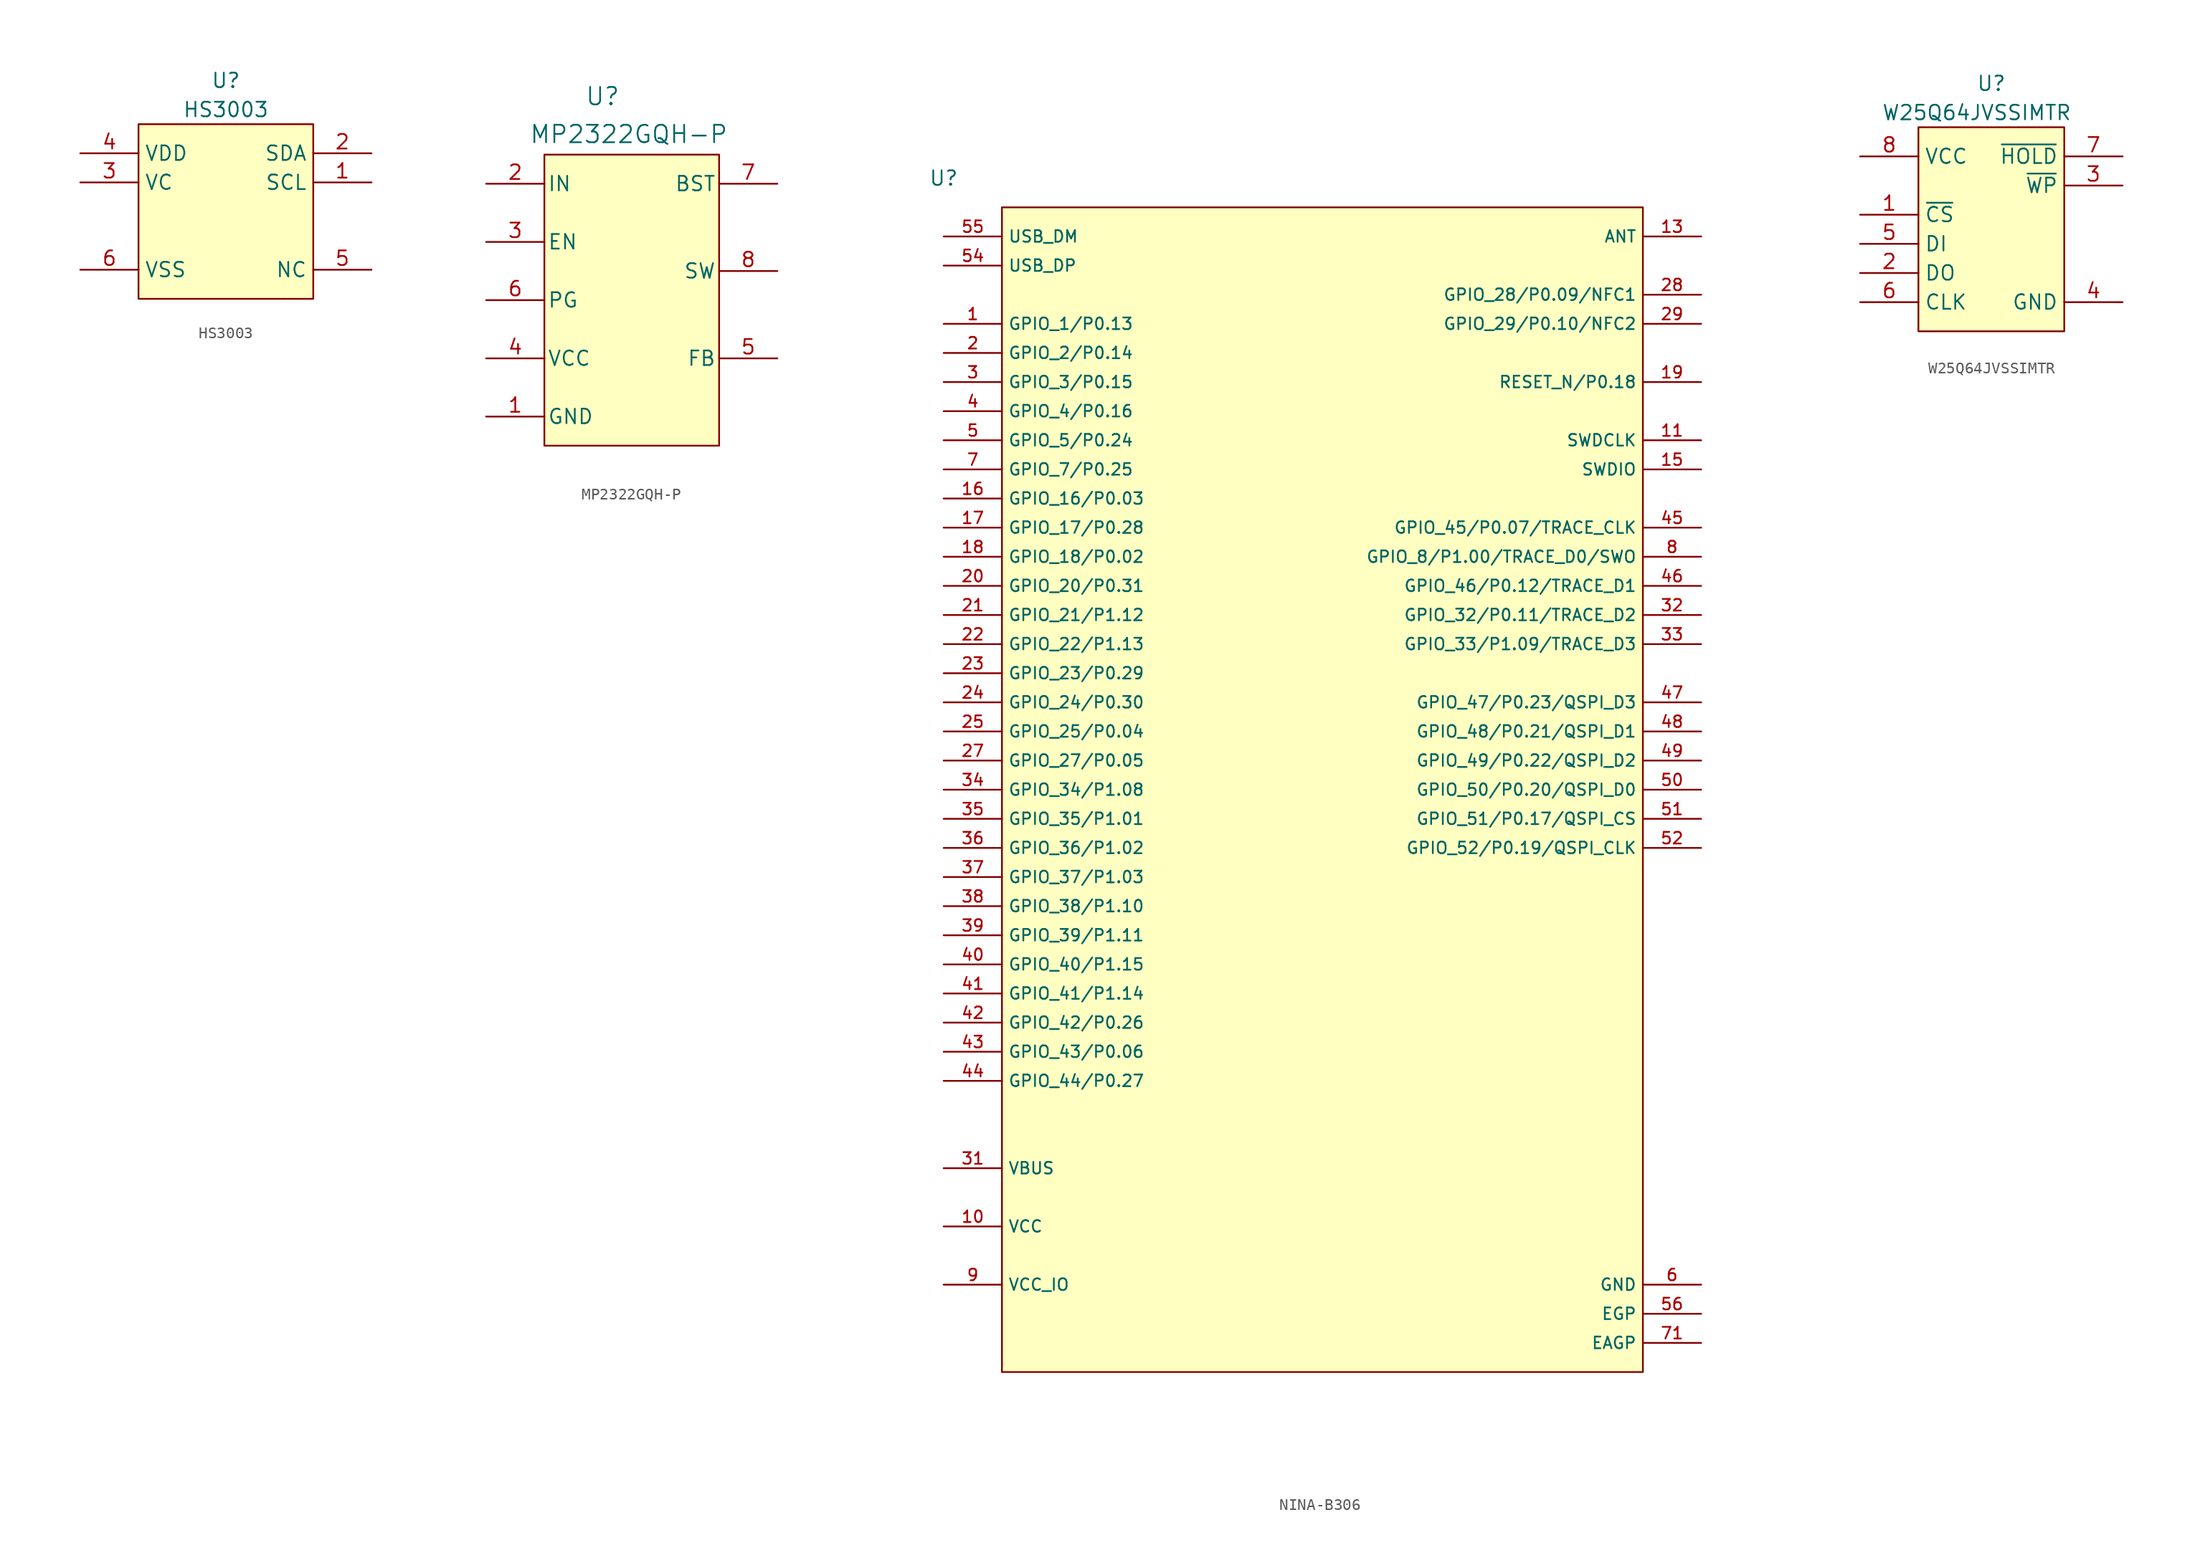
<source format=kicad_sym>
(kicad_symbol_lib
  (version 20241209)
  (generator "kicad_symbol_editor")
  (generator_version "9.0")
  (symbol "HS3003"
    (property "Reference" "U"
      (at 0 6.35 0)
      (effects (font (size 1.27 1.27))))
    (property "Value" "HS3003"
      (at 0 3.81 0)
      (effects (font (size 1.27 1.27))))
    (symbol "HS3003_0_1"
      (rectangle (start 5.08 -12.7) (end 5.08 -12.7) (stroke (width 0) (type default)) (fill (type none))))
    (symbol "HS3003_1_1"
      (rectangle (start -7.62 2.54) (end 7.62 -12.7) (stroke (width 0) (type solid)) (fill (type color) (color 255 255 194 1)))
      (pin passive line (at -12.7 0 0) (length 5.08) (name "VDD" (effects (font (size 1.27 1.27)))) (number "4" (effects (font (size 1.27 1.27)))))
      (pin passive line (at -12.7 -2.54 0) (length 5.08) (name "VC" (effects (font (size 1.27 1.27)))) (number "3" (effects (font (size 1.27 1.27)))))
      (pin passive line (at -12.7 -10.16 0) (length 5.08) (name "VSS" (effects (font (size 1.27 1.27)))) (number "6" (effects (font (size 1.27 1.27)))))
      (pin passive line (at 12.7 0 180) (length 5.08) (name "SDA" (effects (font (size 1.27 1.27)))) (number "2" (effects (font (size 1.27 1.27)))))
      (pin passive line (at 12.7 -2.54 180) (length 5.08) (name "SCL" (effects (font (size 1.27 1.27)))) (number "1" (effects (font (size 1.27 1.27)))))
      (pin passive line (at 12.7 -10.16 180) (length 5.08) (name "NC" (effects (font (size 1.27 1.27)))) (number "5" (effects (font (size 1.27 1.27)))))))
  (symbol "MP2322GQH-P"
    (pin_names
      (offset 0.254))
    (property "Reference" "U"
      (at 2.54 10.16 0)
      (effects (font (size 1.524 1.524))))
    (property "Value" "MP2322GQH-P"
      (at 4.826 6.858 0)
      (effects (font (size 1.524 1.524))))
    (property "ki_locked" ""
      (at 0 0 0)
      (effects (font (size 1.27 1.27))))
    (symbol "MP2322GQH-P_0_0"
      (rectangle (start -2.54 5.08) (end 12.7 -20.32) (stroke (width 0.152) (type default)) (fill (type background))))
    (symbol "MP2322GQH-P_1_1"
      (pin passive line (at -7.62 2.54 0) (length 5.08) (name "IN" (effects (font (size 1.27 1.27)))) (number "2" (effects (font (size 1.27 1.27)))))
      (pin passive line (at -7.62 -2.54 0) (length 5.08) (name "EN" (effects (font (size 1.27 1.27)))) (number "3" (effects (font (size 1.27 1.27)))))
      (pin passive line (at -7.62 -7.62 0) (length 5.08) (name "PG" (effects (font (size 1.27 1.27)))) (number "6" (effects (font (size 1.27 1.27)))))
      (pin passive line (at -7.62 -12.7 0) (length 5.08) (name "VCC" (effects (font (size 1.27 1.27)))) (number "4" (effects (font (size 1.27 1.27)))))
      (pin passive line (at -7.62 -17.78 0) (length 5.08) (name "GND" (effects (font (size 1.27 1.27)))) (number "1" (effects (font (size 1.27 1.27)))))
      (pin passive line (at 17.78 2.54 180) (length 5.08) (name "BST" (effects (font (size 1.27 1.27)))) (number "7" (effects (font (size 1.27 1.27)))))
      (pin passive line (at 17.78 -5.08 180) (length 5.08) (name "SW" (effects (font (size 1.27 1.27)))) (number "8" (effects (font (size 1.27 1.27)))))
      (pin passive line (at 17.78 -12.7 180) (length 5.08) (name "FB" (effects (font (size 1.27 1.27)))) (number "5" (effects (font (size 1.27 1.27)))))))
  (symbol "NINA-B306"
    (property "Reference" "U"
      (at -17.78 0 0)
      (effects (font (size 1.27 1.27))))
    (symbol "NINA-B306_0_0"
      (rectangle (start -12.7 -2.54) (end 43.18 -104.14) (stroke (width 0.152) (type default)) (fill (type background))))
    (symbol "NINA-B306_1_0"
      (pin passive line (at -17.78 -5.08 0) (length 5.08) (name "USB_DM" (effects (font (size 1.016 1.016)))) (number "55" (effects (font (size 1.016 1.016)))))
      (pin passive line (at -17.78 -7.62 0) (length 5.08) (name "USB_DP" (effects (font (size 1.016 1.016)))) (number "54" (effects (font (size 1.016 1.016)))))
      (pin passive line (at -17.78 -12.7 0) (length 5.08) (name "GPIO_1/P0.13" (effects (font (size 1.016 1.016)))) (number "1" (effects (font (size 1.016 1.016)))))
      (pin passive line (at -17.78 -15.24 0) (length 5.08) (name "GPIO_2/P0.14" (effects (font (size 1.016 1.016)))) (number "2" (effects (font (size 1.016 1.016)))))
      (pin passive line (at -17.78 -17.78 0) (length 5.08) (name "GPIO_3/P0.15" (effects (font (size 1.016 1.016)))) (number "3" (effects (font (size 1.016 1.016)))))
      (pin passive line (at -17.78 -20.32 0) (length 5.08) (name "GPIO_4/P0.16" (effects (font (size 1.016 1.016)))) (number "4" (effects (font (size 1.016 1.016)))))
      (pin passive line (at -17.78 -22.86 0) (length 5.08) (name "GPIO_5/P0.24" (effects (font (size 1.016 1.016)))) (number "5" (effects (font (size 1.016 1.016)))))
      (pin passive line (at -17.78 -25.4 0) (length 5.08) (name "GPIO_7/P0.25" (effects (font (size 1.016 1.016)))) (number "7" (effects (font (size 1.016 1.016)))))
      (pin passive line (at -17.78 -27.94 0) (length 5.08) (name "GPIO_16/P0.03" (effects (font (size 1.016 1.016)))) (number "16" (effects (font (size 1.016 1.016)))))
      (pin passive line (at -17.78 -30.48 0) (length 5.08) (name "GPIO_17/P0.28" (effects (font (size 1.016 1.016)))) (number "17" (effects (font (size 1.016 1.016)))))
      (pin passive line (at -17.78 -33.02 0) (length 5.08) (name "GPIO_18/P0.02" (effects (font (size 1.016 1.016)))) (number "18" (effects (font (size 1.016 1.016)))))
      (pin passive line (at -17.78 -35.56 0) (length 5.08) (name "GPIO_20/P0.31" (effects (font (size 1.016 1.016)))) (number "20" (effects (font (size 1.016 1.016)))))
      (pin passive line (at -17.78 -38.1 0) (length 5.08) (name "GPIO_21/P1.12" (effects (font (size 1.016 1.016)))) (number "21" (effects (font (size 1.016 1.016)))))
      (pin passive line (at -17.78 -40.64 0) (length 5.08) (name "GPIO_22/P1.13" (effects (font (size 1.016 1.016)))) (number "22" (effects (font (size 1.016 1.016)))))
      (pin passive line (at -17.78 -43.18 0) (length 5.08) (name "GPIO_23/P0.29" (effects (font (size 1.016 1.016)))) (number "23" (effects (font (size 1.016 1.016)))))
      (pin passive line (at -17.78 -45.72 0) (length 5.08) (name "GPIO_24/P0.30" (effects (font (size 1.016 1.016)))) (number "24" (effects (font (size 1.016 1.016)))))
      (pin passive line (at -17.78 -48.26 0) (length 5.08) (name "GPIO_25/P0.04" (effects (font (size 1.016 1.016)))) (number "25" (effects (font (size 1.016 1.016)))))
      (pin passive line (at -17.78 -50.8 0) (length 5.08) (name "GPIO_27/P0.05" (effects (font (size 1.016 1.016)))) (number "27" (effects (font (size 1.016 1.016)))))
      (pin passive line (at -17.78 -53.34 0) (length 5.08) (name "GPIO_34/P1.08" (effects (font (size 1.016 1.016)))) (number "34" (effects (font (size 1.016 1.016)))))
      (pin passive line (at -17.78 -55.88 0) (length 5.08) (name "GPIO_35/P1.01" (effects (font (size 1.016 1.016)))) (number "35" (effects (font (size 1.016 1.016)))))
      (pin passive line (at -17.78 -58.42 0) (length 5.08) (name "GPIO_36/P1.02" (effects (font (size 1.016 1.016)))) (number "36" (effects (font (size 1.016 1.016)))))
      (pin passive line (at -17.78 -60.96 0) (length 5.08) (name "GPIO_37/P1.03" (effects (font (size 1.016 1.016)))) (number "37" (effects (font (size 1.016 1.016)))))
      (pin passive line (at -17.78 -63.5 0) (length 5.08) (name "GPIO_38/P1.10" (effects (font (size 1.016 1.016)))) (number "38" (effects (font (size 1.016 1.016)))))
      (pin passive line (at -17.78 -66.04 0) (length 5.08) (name "GPIO_39/P1.11" (effects (font (size 1.016 1.016)))) (number "39" (effects (font (size 1.016 1.016)))))
      (pin passive line (at -17.78 -68.58 0) (length 5.08) (name "GPIO_40/P1.15" (effects (font (size 1.016 1.016)))) (number "40" (effects (font (size 1.016 1.016)))))
      (pin passive line (at -17.78 -71.12 0) (length 5.08) (name "GPIO_41/P1.14" (effects (font (size 1.016 1.016)))) (number "41" (effects (font (size 1.016 1.016)))))
      (pin passive line (at -17.78 -73.66 0) (length 5.08) (name "GPIO_42/P0.26" (effects (font (size 1.016 1.016)))) (number "42" (effects (font (size 1.016 1.016)))))
      (pin passive line (at -17.78 -76.2 0) (length 5.08) (name "GPIO_43/P0.06" (effects (font (size 1.016 1.016)))) (number "43" (effects (font (size 1.016 1.016)))))
      (pin passive line (at -17.78 -78.74 0) (length 5.08) (name "GPIO_44/P0.27" (effects (font (size 1.016 1.016)))) (number "44" (effects (font (size 1.016 1.016)))))
      (pin passive line (at -17.78 -86.36 0) (length 5.08) (name "VBUS" (effects (font (size 1.016 1.016)))) (number "31" (effects (font (size 1.016 1.016)))))
      (pin passive line (at -17.78 -91.44 0) (length 5.08) (name "VCC" (effects (font (size 1.016 1.016)))) (number "10" (effects (font (size 1.016 1.016)))))
      (pin passive line (at -17.78 -96.52 0) (length 5.08) (name "VCC_IO" (effects (font (size 1.016 1.016)))) (number "9" (effects (font (size 1.016 1.016)))))
      (pin passive line (at 48.26 -5.08 180) (length 5.08) (name "ANT" (effects (font (size 1.016 1.016)))) (number "13" (effects (font (size 1.016 1.016)))))
      (pin passive line (at 48.26 -10.16 180) (length 5.08) (name "GPIO_28/P0.09/NFC1" (effects (font (size 1.016 1.016)))) (number "28" (effects (font (size 1.016 1.016)))))
      (pin passive line (at 48.26 -12.7 180) (length 5.08) (name "GPIO_29/P0.10/NFC2" (effects (font (size 1.016 1.016)))) (number "29" (effects (font (size 1.016 1.016)))))
      (pin passive line (at 48.26 -17.78 180) (length 5.08) (name "RESET_N/P0.18" (effects (font (size 1.016 1.016)))) (number "19" (effects (font (size 1.016 1.016)))))
      (pin passive line (at 48.26 -22.86 180) (length 5.08) (name "SWDCLK" (effects (font (size 1.016 1.016)))) (number "11" (effects (font (size 1.016 1.016)))))
      (pin passive line (at 48.26 -25.4 180) (length 5.08) (name "SWDIO" (effects (font (size 1.016 1.016)))) (number "15" (effects (font (size 1.016 1.016)))))
      (pin passive line (at 48.26 -30.48 180) (length 5.08) (name "GPIO_45/P0.07/TRACE_CLK" (effects (font (size 1.016 1.016)))) (number "45" (effects (font (size 1.016 1.016)))))
      (pin passive line (at 48.26 -33.02 180) (length 5.08) (name "GPIO_8/P1.00/TRACE_D0/SWO" (effects (font (size 1.016 1.016)))) (number "8" (effects (font (size 1.016 1.016)))))
      (pin passive line (at 48.26 -35.56 180) (length 5.08) (name "GPIO_46/P0.12/TRACE_D1" (effects (font (size 1.016 1.016)))) (number "46" (effects (font (size 1.016 1.016)))))
      (pin passive line (at 48.26 -38.1 180) (length 5.08) (name "GPIO_32/P0.11/TRACE_D2" (effects (font (size 1.016 1.016)))) (number "32" (effects (font (size 1.016 1.016)))))
      (pin passive line (at 48.26 -40.64 180) (length 5.08) (name "GPIO_33/P1.09/TRACE_D3" (effects (font (size 1.016 1.016)))) (number "33" (effects (font (size 1.016 1.016)))))
      (pin passive line (at 48.26 -45.72 180) (length 5.08) (name "GPIO_47/P0.23/QSPI_D3" (effects (font (size 1.016 1.016)))) (number "47" (effects (font (size 1.016 1.016)))))
      (pin passive line (at 48.26 -48.26 180) (length 5.08) (name "GPIO_48/P0.21/QSPI_D1" (effects (font (size 1.016 1.016)))) (number "48" (effects (font (size 1.016 1.016)))))
      (pin passive line (at 48.26 -50.8 180) (length 5.08) (name "GPIO_49/P0.22/QSPI_D2" (effects (font (size 1.016 1.016)))) (number "49" (effects (font (size 1.016 1.016)))))
      (pin passive line (at 48.26 -53.34 180) (length 5.08) (name "GPIO_50/P0.20/QSPI_D0" (effects (font (size 1.016 1.016)))) (number "50" (effects (font (size 1.016 1.016)))))
      (pin passive line (at 48.26 -55.88 180) (length 5.08) (name "GPIO_51/P0.17/QSPI_CS" (effects (font (size 1.016 1.016)))) (number "51" (effects (font (size 1.016 1.016)))))
      (pin passive line (at 48.26 -58.42 180) (length 5.08) (name "GPIO_52/P0.19/QSPI_CLK" (effects (font (size 1.016 1.016)))) (number "52" (effects (font (size 1.016 1.016)))))
      (pin passive line (at 48.26 -96.52 180) (length 5.08) (hide yes) (name "GND" (effects (font (size 1.016 1.016)))) (number "12" (effects (font (size 1.016 1.016)))))
      (pin passive line (at 48.26 -96.52 180) (length 5.08) (hide yes) (name "GND" (effects (font (size 1.016 1.016)))) (number "14" (effects (font (size 1.016 1.016)))))
      (pin passive line (at 48.26 -96.52 180) (length 5.08) (hide yes) (name "GND" (effects (font (size 1.016 1.016)))) (number "26" (effects (font (size 1.016 1.016)))))
      (pin passive line (at 48.26 -96.52 180) (length 5.08) (hide yes) (name "GND" (effects (font (size 1.016 1.016)))) (number "30" (effects (font (size 1.016 1.016)))))
      (pin passive line (at 48.26 -96.52 180) (length 5.08) (hide yes) (name "GND" (effects (font (size 1.016 1.016)))) (number "53" (effects (font (size 1.016 1.016)))))
      (pin passive line (at 48.26 -96.52 180) (length 5.08) (name "GND" (effects (font (size 1.016 1.016)))) (number "6" (effects (font (size 1.016 1.016)))))
      (pin passive line (at 48.26 -99.06 180) (length 5.08) (name "EGP" (effects (font (size 1.016 1.016)))) (number "56" (effects (font (size 1.016 1.016)))))
      (pin passive line (at 48.26 -99.06 180) (length 5.08) (hide yes) (name "EGP" (effects (font (size 1.016 1.016)))) (number "57" (effects (font (size 1.016 1.016)))))
      (pin passive line (at 48.26 -99.06 180) (length 5.08) (hide yes) (name "EGP" (effects (font (size 1.016 1.016)))) (number "58" (effects (font (size 1.016 1.016)))))
      (pin passive line (at 48.26 -99.06 180) (length 5.08) (hide yes) (name "EGP" (effects (font (size 1.016 1.016)))) (number "59" (effects (font (size 1.016 1.016)))))
      (pin passive line (at 48.26 -99.06 180) (length 5.08) (hide yes) (name "EGP" (effects (font (size 1.016 1.016)))) (number "60" (effects (font (size 1.016 1.016)))))
      (pin passive line (at 48.26 -99.06 180) (length 5.08) (hide yes) (name "EGP" (effects (font (size 1.016 1.016)))) (number "61" (effects (font (size 1.016 1.016)))))
      (pin passive line (at 48.26 -99.06 180) (length 5.08) (hide yes) (name "EGP" (effects (font (size 1.016 1.016)))) (number "62" (effects (font (size 1.016 1.016)))))
      (pin passive line (at 48.26 -99.06 180) (length 5.08) (hide yes) (name "EGP" (effects (font (size 1.016 1.016)))) (number "63" (effects (font (size 1.016 1.016)))))
      (pin passive line (at 48.26 -99.06 180) (length 5.08) (hide yes) (name "EGP" (effects (font (size 1.016 1.016)))) (number "64" (effects (font (size 1.016 1.016)))))
      (pin passive line (at 48.26 -99.06 180) (length 5.08) (hide yes) (name "EGP" (effects (font (size 1.016 1.016)))) (number "65" (effects (font (size 1.016 1.016)))))
      (pin passive line (at 48.26 -99.06 180) (length 5.08) (hide yes) (name "EGP" (effects (font (size 1.016 1.016)))) (number "66" (effects (font (size 1.016 1.016)))))
      (pin passive line (at 48.26 -99.06 180) (length 5.08) (hide yes) (name "EGP" (effects (font (size 1.016 1.016)))) (number "67" (effects (font (size 1.016 1.016)))))
      (pin passive line (at 48.26 -101.6 180) (length 5.08) (hide yes) (name "EAGP" (effects (font (size 1.016 1.016)))) (number "68" (effects (font (size 1.016 1.016)))))
      (pin passive line (at 48.26 -101.6 180) (length 5.08) (hide yes) (name "EAGP" (effects (font (size 1.016 1.016)))) (number "69" (effects (font (size 1.016 1.016)))))
      (pin passive line (at 48.26 -101.6 180) (length 5.08) (hide yes) (name "EAGP" (effects (font (size 1.016 1.016)))) (number "70" (effects (font (size 1.016 1.016)))))
      (pin passive line (at 48.26 -101.6 180) (length 5.08) (name "EAGP" (effects (font (size 1.016 1.016)))) (number "71" (effects (font (size 1.016 1.016)))))))
  (symbol "W25Q64JVSSIMTR"
    (property "Reference" "U"
      (at 6.35 8.89 0)
      (effects (font (size 1.27 1.27))))
    (property "Value" "W25Q64JVSSIMTR"
      (at 5.08 6.35 0)
      (effects (font (size 1.27 1.27))))
    (symbol "W25Q64JVSSIMTR_1_1"
      (rectangle (start 0 5.08) (end 12.7 -12.7) (stroke (width 0) (type solid)) (fill (type color) (color 255 255 194 1)))
      (pin passive line (at -5.08 2.54 0) (length 5.08) (name "VCC" (effects (font (size 1.27 1.27)))) (number "8" (effects (font (size 1.27 1.27)))))
      (pin passive line (at -5.08 -2.54 0) (length 5.08) (name "~{CS}" (effects (font (size 1.27 1.27)))) (number "1" (effects (font (size 1.27 1.27)))))
      (pin passive line (at -5.08 -5.08 0) (length 5.08) (name "DI" (effects (font (size 1.27 1.27)))) (number "5" (effects (font (size 1.27 1.27)))))
      (pin passive line (at -5.08 -7.62 0) (length 5.08) (name "DO" (effects (font (size 1.27 1.27)))) (number "2" (effects (font (size 1.27 1.27)))))
      (pin passive line (at -5.08 -10.16 0) (length 5.08) (name "CLK" (effects (font (size 1.27 1.27)))) (number "6" (effects (font (size 1.27 1.27)))))
      (pin passive line (at 17.78 2.54 180) (length 5.08) (name "~{HOLD}" (effects (font (size 1.27 1.27)))) (number "7" (effects (font (size 1.27 1.27)))))
      (pin passive line (at 17.78 0 180) (length 5.08) (name "~{WP}" (effects (font (size 1.27 1.27)))) (number "3" (effects (font (size 1.27 1.27)))))
      (pin passive line (at 17.78 -10.16 180) (length 5.08) (name "GND" (effects (font (size 1.27 1.27)))) (number "4" (effects (font (size 1.27 1.27))))))))
</source>
